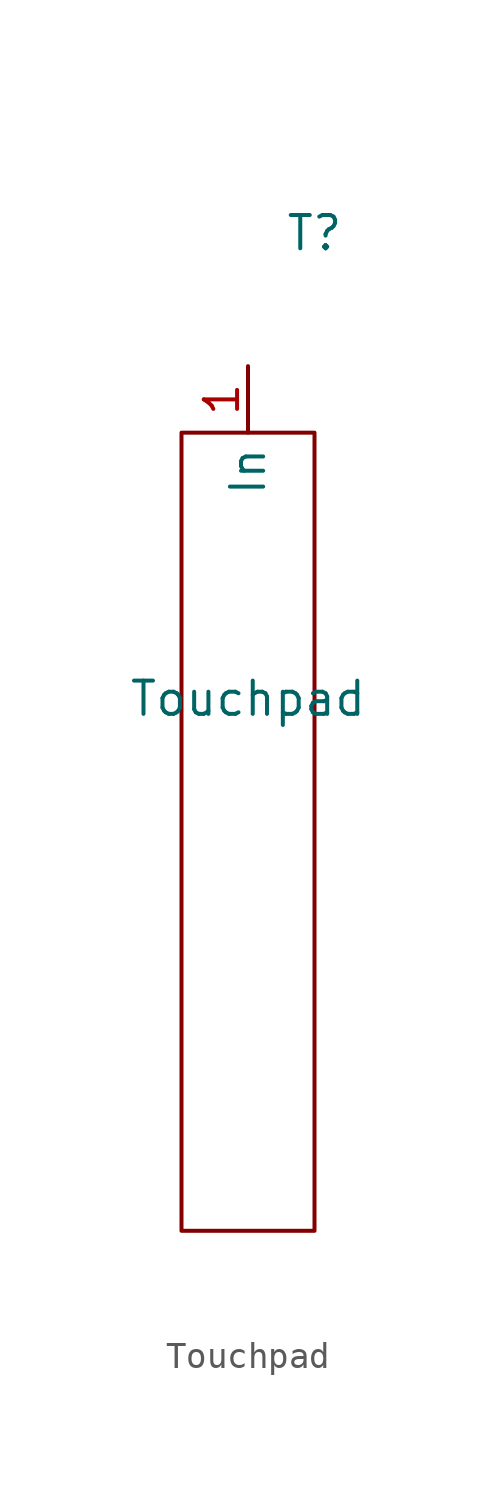
<source format=kicad_sym>
(kicad_symbol_lib
  (version 20211014)
  (generator kicad_symbol_editor)
  (symbol "Touchpad"
    (property "Reference" "T"
      (at 2.54 7.62 0)
      (effects (font (size 1.27 1.27))))
    (property "Value" "Touchpad"
      (at 0 -10.16 0)
      (effects (font (size 1.27 1.27))))
    (symbol "Touchpad_0_1"
      (rectangle (start -2.54 0) (end 2.54 -30.48) (stroke (width 0) (type default) (color 0 0 0 0)) (fill (type none))))
    (symbol "Touchpad_1_1"
      (pin bidirectional line (at 0 2.54 270) (length 2.54) (name "In" (effects (font (size 1.27 1.27)))) (number "1" (effects (font (size 1.27 1.27))))))))
</source>
